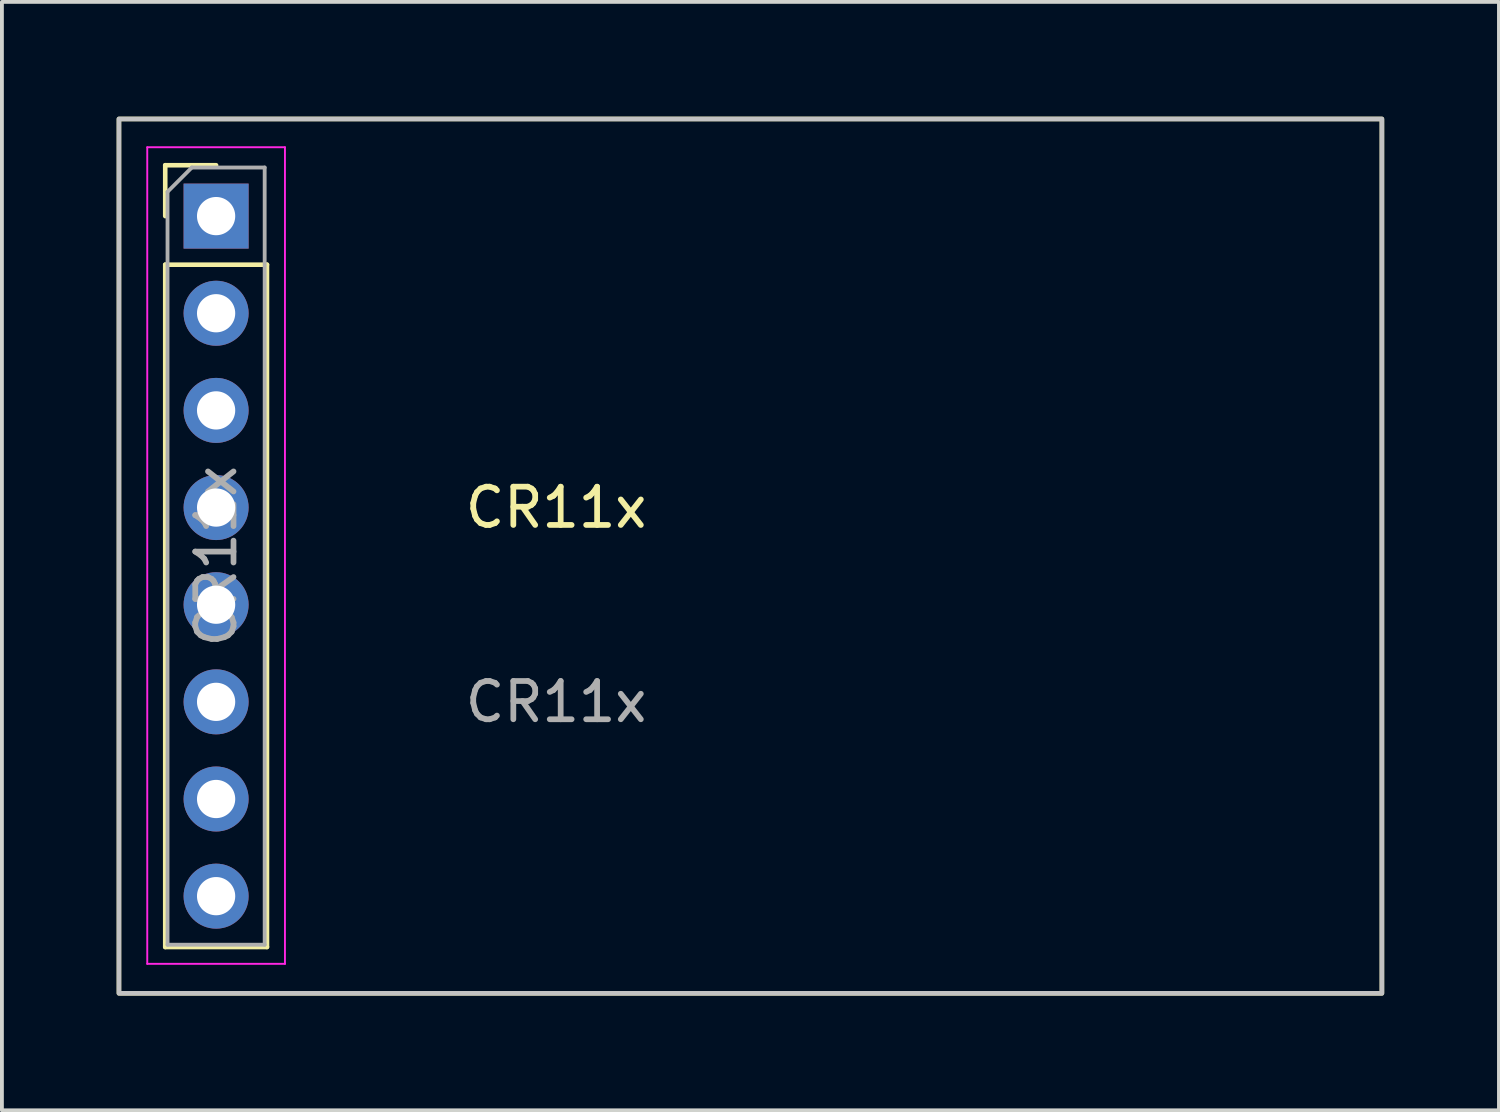
<source format=kicad_pcb>
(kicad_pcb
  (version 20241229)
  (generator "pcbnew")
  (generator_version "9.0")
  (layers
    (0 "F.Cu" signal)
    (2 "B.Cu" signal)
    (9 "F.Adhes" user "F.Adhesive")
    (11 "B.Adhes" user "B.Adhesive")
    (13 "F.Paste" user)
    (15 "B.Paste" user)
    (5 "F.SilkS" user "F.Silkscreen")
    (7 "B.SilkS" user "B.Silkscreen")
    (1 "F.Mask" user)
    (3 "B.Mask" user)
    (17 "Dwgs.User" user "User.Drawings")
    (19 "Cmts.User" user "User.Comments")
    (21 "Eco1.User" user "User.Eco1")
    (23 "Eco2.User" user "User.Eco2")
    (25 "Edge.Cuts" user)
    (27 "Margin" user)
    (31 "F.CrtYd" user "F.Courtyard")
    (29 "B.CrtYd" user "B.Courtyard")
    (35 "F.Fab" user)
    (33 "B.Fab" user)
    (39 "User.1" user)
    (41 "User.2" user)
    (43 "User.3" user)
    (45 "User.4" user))
  (footprint "CR11x"
    (layer "F.Cu")
    (at 2.6 11.49)
    (property "Reference" "CR11x" (at 8.89 -1.27 0) (unlocked yes) (layer "F.SilkS") (effects (font (size 1 1) (thickness 0.15))))
    (attr through_hole)
    (fp_line (start -1.33 -10.22) (end 0 -10.22) (stroke (width 0.12) (type solid)) (layer "F.SilkS"))
    (fp_line (start -1.33 -8.89) (end -1.33 -10.22) (stroke (width 0.12) (type solid)) (layer "F.SilkS"))
    (fp_line (start -1.33 -7.62) (end -1.33 10.22) (stroke (width 0.12) (type solid)) (layer "F.SilkS"))
    (fp_line (start -1.33 -7.62) (end 1.33 -7.62) (stroke (width 0.12) (type solid)) (layer "F.SilkS"))
    (fp_line (start -1.33 10.22) (end 1.33 10.22) (stroke (width 0.12) (type solid)) (layer "F.SilkS"))
    (fp_line (start 1.33 -7.62) (end 1.33 10.22) (stroke (width 0.12) (type solid)) (layer "F.SilkS"))
    (fp_rect (start -2.54 -11.43) (end 30.48 11.43) (stroke (width 0.12) (type solid)) (fill no) (layer "F.SilkS"))
    (fp_rect (start -2.54 -11.43) (end 30.48 11.43) (stroke (width 0.12) (type solid)) (fill no) (layer "Dwgs.User"))
    (fp_line (start -1.8 -10.69) (end -1.8 10.66) (stroke (width 0.05) (type solid)) (layer "F.CrtYd"))
    (fp_line (start -1.8 10.66) (end 1.8 10.66) (stroke (width 0.05) (type solid)) (layer "F.CrtYd"))
    (fp_line (start 1.8 -10.69) (end -1.8 -10.69) (stroke (width 0.05) (type solid)) (layer "F.CrtYd"))
    (fp_line (start 1.8 10.66) (end 1.8 -10.69) (stroke (width 0.05) (type solid)) (layer "F.CrtYd"))
    (fp_line (start -1.27 -9.525) (end -0.635 -10.16) (stroke (width 0.1) (type solid)) (layer "F.Fab"))
    (fp_line (start -1.27 10.16) (end -1.27 -9.525) (stroke (width 0.1) (type solid)) (layer "F.Fab"))
    (fp_line (start -0.635 -10.16) (end 1.27 -10.16) (stroke (width 0.1) (type solid)) (layer "F.Fab"))
    (fp_line (start 1.27 -10.16) (end 1.27 10.16) (stroke (width 0.1) (type solid)) (layer "F.Fab"))
    (fp_line (start 1.27 10.16) (end -1.27 10.16) (stroke (width 0.1) (type solid)) (layer "F.Fab"))
    (fp_text user "${REFERENCE}" (at 0 0 90) (layer "F.Fab") (effects (font (size 1 1) (thickness 0.15))))
    (fp_text user "${REFERENCE}" (at 8.89 3.81 0) (unlocked yes) (layer "F.Fab") (effects (font (size 1 1) (thickness 0.15))))
    (pad "1" thru_hole rect (at 0 -8.89) (size 1.7 1.7) (drill 1) (layers "*.Cu" "*.Mask"))
    (pad "2" thru_hole oval (at 0 -6.35) (size 1.7 1.7) (drill 1) (layers "*.Cu" "*.Mask"))
    (pad "3" thru_hole oval (at 0 -3.81) (size 1.7 1.7) (drill 1) (layers "*.Cu" "*.Mask"))
    (pad "4" thru_hole oval (at 0 -1.27) (size 1.7 1.7) (drill 1) (layers "*.Cu" "*.Mask"))
    (pad "5" thru_hole oval (at 0 1.27) (size 1.7 1.7) (drill 1) (layers "*.Cu" "*.Mask"))
    (pad "6" thru_hole oval (at 0 3.81) (size 1.7 1.7) (drill 1) (layers "*.Cu" "*.Mask"))
    (pad "7" thru_hole oval (at 0 6.35) (size 1.7 1.7) (drill 1) (layers "*.Cu" "*.Mask"))
    (pad "8" thru_hole oval (at 0 8.89) (size 1.7 1.7) (drill 1) (layers "*.Cu" "*.Mask")))
  (gr_rect
    (start -3 -3)
    (end 36.14 25.98)
    (stroke (width 0.1) (type default))
    (fill no)
    (layer "Edge.Cuts")))
</source>
